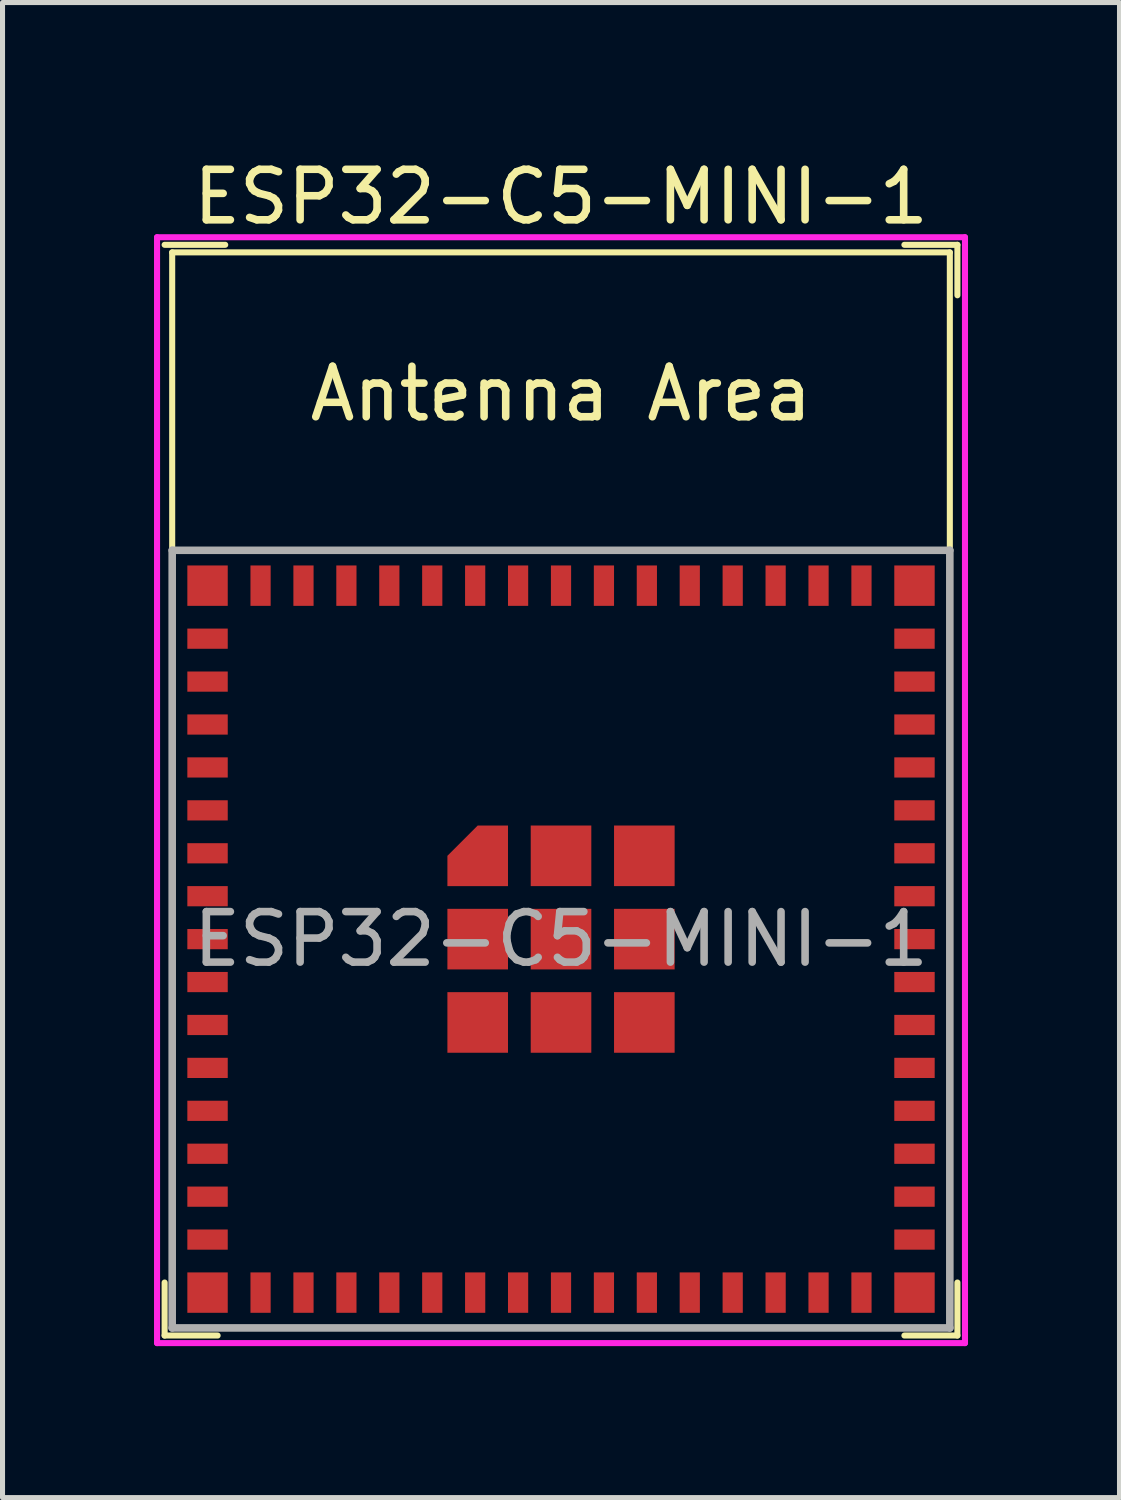
<source format=kicad_pcb>
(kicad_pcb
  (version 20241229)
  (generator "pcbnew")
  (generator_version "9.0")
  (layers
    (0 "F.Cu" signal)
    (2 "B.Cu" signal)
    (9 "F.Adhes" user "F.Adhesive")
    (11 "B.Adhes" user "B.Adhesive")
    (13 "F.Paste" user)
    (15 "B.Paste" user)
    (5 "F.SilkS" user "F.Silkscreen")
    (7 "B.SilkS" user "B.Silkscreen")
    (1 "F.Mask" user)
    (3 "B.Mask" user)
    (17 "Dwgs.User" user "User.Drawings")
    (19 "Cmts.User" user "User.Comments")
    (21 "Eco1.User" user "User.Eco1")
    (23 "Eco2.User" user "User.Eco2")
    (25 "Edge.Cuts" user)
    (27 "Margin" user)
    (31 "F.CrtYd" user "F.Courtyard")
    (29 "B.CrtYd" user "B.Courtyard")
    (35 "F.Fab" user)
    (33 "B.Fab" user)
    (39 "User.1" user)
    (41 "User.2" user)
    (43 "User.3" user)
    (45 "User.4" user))
  (footprint "ESP32-C5-MINI-1"
    (layer "F.Cu")
    (at 8.06 15.548)
    (property "Reference" "ESP32-C5-MINI-1" (at 0 -14.7 0) (layer "F.SilkS") (effects (font (size 1 1) (thickness 0.15))))
    (attr smd)
    (fp_line (start -7.85 7.85) (end -7.85 6.8) (stroke (width 0.12) (type solid)) (layer "F.SilkS"))
    (fp_line (start -7.7 -13.6) (end -7.7 -7.7) (stroke (width 0.12) (type solid)) (layer "F.SilkS"))
    (fp_line (start -7.7 -13.6) (end 7.7 -13.6) (stroke (width 0.12) (type solid)) (layer "F.SilkS"))
    (fp_line (start -7.7 7.7) (end -7.7 -7.7) (stroke (width 0.12) (type solid)) (layer "F.SilkS"))
    (fp_line (start -6.8 7.85) (end -7.85 7.85) (stroke (width 0.12) (type solid)) (layer "F.SilkS"))
    (fp_line (start -6.65 -13.75) (end -7.85 -13.75) (stroke (width 0.12) (type solid)) (layer "F.SilkS"))
    (fp_line (start 6.8 -13.75) (end 7.85 -13.75) (stroke (width 0.12) (type solid)) (layer "F.SilkS"))
    (fp_line (start 6.8 7.85) (end 7.85 7.85) (stroke (width 0.12) (type solid)) (layer "F.SilkS"))
    (fp_line (start 7.7 -13.6) (end 7.7 -7.7) (stroke (width 0.12) (type solid)) (layer "F.SilkS"))
    (fp_line (start 7.7 -7.7) (end 7.7 7.7) (stroke (width 0.12) (type solid)) (layer "F.SilkS"))
    (fp_line (start 7.7 7.7) (end -7.7 7.7) (stroke (width 0.12) (type solid)) (layer "F.SilkS"))
    (fp_line (start 7.85 -13.75) (end 7.85 -12.75) (stroke (width 0.12) (type solid)) (layer "F.SilkS"))
    (fp_line (start 7.85 7.85) (end 7.85 6.8) (stroke (width 0.12) (type solid)) (layer "F.SilkS"))
    (fp_line (start -8 -13.9) (end -8 8) (stroke (width 0.12) (type solid)) (layer "F.CrtYd"))
    (fp_line (start -8 8) (end 8 8) (stroke (width 0.12) (type solid)) (layer "F.CrtYd"))
    (fp_line (start 8 -13.9) (end -8 -13.9) (stroke (width 0.12) (type solid)) (layer "F.CrtYd"))
    (fp_line (start 8 8) (end 8 -13.9) (stroke (width 0.12) (type solid)) (layer "F.CrtYd"))
    (fp_line (start -7.7 -7.7) (end -7.7 7.7) (stroke (width 0.15) (type solid)) (layer "F.Fab"))
    (fp_line (start -7.7 7.7) (end 7.7 7.7) (stroke (width 0.15) (type solid)) (layer "F.Fab"))
    (fp_line (start 7.7 -7.7) (end -7.7 -7.7) (stroke (width 0.15) (type solid)) (layer "F.Fab"))
    (fp_line (start 7.7 7.7) (end 7.7 -7.7) (stroke (width 0.15) (type solid)) (layer "F.Fab"))
    (fp_text user "Antenna Area" (at 0 -10.8 0) (layer "F.SilkS") (effects (font (size 1 1) (thickness 0.15))))
    (fp_text user "${REFERENCE}" (at 0 0 0) (layer "F.Fab") (effects (font (size 1 1) (thickness 0.15))))
    (pad "1" smd rect (at -7 -5.95 90) (size 0.4 0.8) (layers "F.Cu" "F.Mask" "F.Paste"))
    (pad "2" smd rect (at -7 -5.1 90) (size 0.4 0.8) (layers "F.Cu" "F.Mask" "F.Paste"))
    (pad "3" smd rect (at -7 -4.25 90) (size 0.4 0.8) (layers "F.Cu" "F.Mask" "F.Paste"))
    (pad "4" smd rect (at -7 -3.4 90) (size 0.4 0.8) (layers "F.Cu" "F.Mask" "F.Paste"))
    (pad "5" smd rect (at -7 -2.55 90) (size 0.4 0.8) (layers "F.Cu" "F.Mask" "F.Paste"))
    (pad "6" smd rect (at -7 -1.7 90) (size 0.4 0.8) (layers "F.Cu" "F.Mask" "F.Paste"))
    (pad "7" smd rect (at -7 -0.85 90) (size 0.4 0.8) (layers "F.Cu" "F.Mask" "F.Paste"))
    (pad "8" smd rect (at -7 0 90) (size 0.4 0.8) (layers "F.Cu" "F.Mask" "F.Paste"))
    (pad "9" smd rect (at -7 0.85 90) (size 0.4 0.8) (layers "F.Cu" "F.Mask" "F.Paste"))
    (pad "10" smd rect (at -7 1.7 90) (size 0.4 0.8) (layers "F.Cu" "F.Mask" "F.Paste"))
    (pad "11" smd rect (at -7 2.55 90) (size 0.4 0.8) (layers "F.Cu" "F.Mask" "F.Paste"))
    (pad "12" smd rect (at -7 3.4 90) (size 0.4 0.8) (layers "F.Cu" "F.Mask" "F.Paste"))
    (pad "13" smd rect (at -7 4.25 90) (size 0.4 0.8) (layers "F.Cu" "F.Mask" "F.Paste"))
    (pad "14" smd rect (at -7 5.1 90) (size 0.4 0.8) (layers "F.Cu" "F.Mask" "F.Paste"))
    (pad "15" smd rect (at -7 5.95 90) (size 0.4 0.8) (layers "F.Cu" "F.Mask" "F.Paste"))
    (pad "16" smd rect (at -5.95 7) (size 0.4 0.8) (layers "F.Cu" "F.Mask" "F.Paste"))
    (pad "17" smd rect (at -5.1 7) (size 0.4 0.8) (layers "F.Cu" "F.Mask" "F.Paste"))
    (pad "18" smd rect (at -4.25 7) (size 0.4 0.8) (layers "F.Cu" "F.Mask" "F.Paste"))
    (pad "19" smd rect (at -3.4 7) (size 0.4 0.8) (layers "F.Cu" "F.Mask" "F.Paste"))
    (pad "20" smd rect (at -2.55 7) (size 0.4 0.8) (layers "F.Cu" "F.Mask" "F.Paste"))
    (pad "21" smd rect (at -1.7 7) (size 0.4 0.8) (layers "F.Cu" "F.Mask" "F.Paste"))
    (pad "22" smd rect (at -0.85 7) (size 0.4 0.8) (layers "F.Cu" "F.Mask" "F.Paste"))
    (pad "23" smd rect (at 0 7) (size 0.4 0.8) (layers "F.Cu" "F.Mask" "F.Paste"))
    (pad "24" smd rect (at 0.85 7) (size 0.4 0.8) (layers "F.Cu" "F.Mask" "F.Paste"))
    (pad "25" smd rect (at 1.7 7) (size 0.4 0.8) (layers "F.Cu" "F.Mask" "F.Paste"))
    (pad "26" smd rect (at 2.55 7) (size 0.4 0.8) (layers "F.Cu" "F.Mask" "F.Paste"))
    (pad "27" smd rect (at 3.4 7) (size 0.4 0.8) (layers "F.Cu" "F.Mask" "F.Paste"))
    (pad "28" smd rect (at 4.25 7) (size 0.4 0.8) (layers "F.Cu" "F.Mask" "F.Paste"))
    (pad "29" smd rect (at 5.1 7) (size 0.4 0.8) (layers "F.Cu" "F.Mask" "F.Paste"))
    (pad "30" smd rect (at 5.95 7) (size 0.4 0.8) (layers "F.Cu" "F.Mask" "F.Paste"))
    (pad "31" smd rect (at 7 5.95 90) (size 0.4 0.8) (layers "F.Cu" "F.Mask" "F.Paste"))
    (pad "32" smd rect (at 7 5.1 90) (size 0.4 0.8) (layers "F.Cu" "F.Mask" "F.Paste"))
    (pad "33" smd rect (at 7 4.25 90) (size 0.4 0.8) (layers "F.Cu" "F.Mask" "F.Paste"))
    (pad "34" smd rect (at 7 3.4 90) (size 0.4 0.8) (layers "F.Cu" "F.Mask" "F.Paste"))
    (pad "35" smd rect (at 7 2.55 90) (size 0.4 0.8) (layers "F.Cu" "F.Mask" "F.Paste"))
    (pad "36" smd rect (at 7 1.7 90) (size 0.4 0.8) (layers "F.Cu" "F.Mask" "F.Paste"))
    (pad "37" smd rect (at 7 0.85 90) (size 0.4 0.8) (layers "F.Cu" "F.Mask" "F.Paste"))
    (pad "38" smd rect (at 7 0 90) (size 0.4 0.8) (layers "F.Cu" "F.Mask" "F.Paste"))
    (pad "39" smd rect (at 7 -0.85 90) (size 0.4 0.8) (layers "F.Cu" "F.Mask" "F.Paste"))
    (pad "40" smd rect (at 7 -1.7 90) (size 0.4 0.8) (layers "F.Cu" "F.Mask" "F.Paste"))
    (pad "41" smd rect (at 7 -2.55 90) (size 0.4 0.8) (layers "F.Cu" "F.Mask" "F.Paste"))
    (pad "42" smd rect (at 7 -3.4 90) (size 0.4 0.8) (layers "F.Cu" "F.Mask" "F.Paste"))
    (pad "43" smd rect (at 7 -4.25 90) (size 0.4 0.8) (layers "F.Cu" "F.Mask" "F.Paste"))
    (pad "44" smd rect (at 7 -5.1 90) (size 0.4 0.8) (layers "F.Cu" "F.Mask" "F.Paste"))
    (pad "45" smd rect (at 7 -5.95 90) (size 0.4 0.8) (layers "F.Cu" "F.Mask" "F.Paste"))
    (pad "46" smd rect (at 5.95 -7) (size 0.4 0.8) (layers "F.Cu" "F.Mask" "F.Paste"))
    (pad "47" smd rect (at 5.1 -7) (size 0.4 0.8) (layers "F.Cu" "F.Mask" "F.Paste"))
    (pad "48" smd rect (at 4.25 -7) (size 0.4 0.8) (layers "F.Cu" "F.Mask" "F.Paste"))
    (pad "49" smd rect (at 3.4 -7) (size 0.4 0.8) (layers "F.Cu" "F.Mask" "F.Paste"))
    (pad "50" smd rect (at 2.55 -7) (size 0.4 0.8) (layers "F.Cu" "F.Mask" "F.Paste"))
    (pad "51" smd rect (at 1.7 -7) (size 0.4 0.8) (layers "F.Cu" "F.Mask" "F.Paste"))
    (pad "52" smd rect (at 0.85 -7) (size 0.4 0.8) (layers "F.Cu" "F.Mask" "F.Paste"))
    (pad "53" smd rect (at 0 -7) (size 0.4 0.8) (layers "F.Cu" "F.Mask" "F.Paste"))
    (pad "54" smd rect (at -0.85 -7) (size 0.4 0.8) (layers "F.Cu" "F.Mask" "F.Paste"))
    (pad "55" smd rect (at -1.7 -7) (size 0.4 0.8) (layers "F.Cu" "F.Mask" "F.Paste"))
    (pad "56" smd rect (at -2.55 -7) (size 0.4 0.8) (layers "F.Cu" "F.Mask" "F.Paste"))
    (pad "57" smd rect (at -3.4 -7) (size 0.4 0.8) (layers "F.Cu" "F.Mask" "F.Paste"))
    (pad "58" smd rect (at -4.25 -7) (size 0.4 0.8) (layers "F.Cu" "F.Mask" "F.Paste"))
    (pad "59" smd rect (at -5.1 -7) (size 0.4 0.8) (layers "F.Cu" "F.Mask" "F.Paste"))
    (pad "60" smd rect (at -5.95 -7) (size 0.4 0.8) (layers "F.Cu" "F.Mask" "F.Paste"))
    (pad "61" smd custom (at -1.65 -1.65) (size 0.6 0.6) (layers "F.Cu" "F.Mask" "F.Paste") (options (anchor rect)) (primitives (gr_poly (pts (xy 0.6 0.6) (xy -0.6 0.6) (xy -0.6 0) (xy 0 -0.6) (xy 0.6 -0.6)) (width 0) (fill yes))))
    (pad "61" smd rect (at -1.65 0) (size 1.2 1.2) (layers "F.Cu" "F.Mask" "F.Paste"))
    (pad "61" smd rect (at -1.65 1.65) (size 1.2 1.2) (layers "F.Cu" "F.Mask" "F.Paste"))
    (pad "61" smd rect (at 0 -1.65) (size 1.2 1.2) (layers "F.Cu" "F.Mask" "F.Paste"))
    (pad "61" smd rect (at 0 0) (size 1.2 1.2) (layers "F.Cu" "F.Mask" "F.Paste"))
    (pad "61" smd rect (at 0 1.65) (size 1.2 1.2) (layers "F.Cu" "F.Mask" "F.Paste"))
    (pad "61" smd rect (at 1.65 -1.65) (size 1.2 1.2) (layers "F.Cu" "F.Mask" "F.Paste"))
    (pad "61" smd rect (at 1.65 0) (size 1.2 1.2) (layers "F.Cu" "F.Mask" "F.Paste"))
    (pad "61" smd rect (at 1.65 1.65) (size 1.2 1.2) (layers "F.Cu" "F.Mask" "F.Paste"))
    (pad "62" smd rect (at -7 -7 180) (size 0.8 0.8) (layers "F.Cu" "F.Mask" "F.Paste"))
    (pad "63" smd rect (at -7 7 180) (size 0.8 0.8) (layers "F.Cu" "F.Mask" "F.Paste"))
    (pad "64" smd rect (at 7 7 180) (size 0.8 0.8) (layers "F.Cu" "F.Mask" "F.Paste"))
    (pad "65" smd rect (at 7 -7 180) (size 0.8 0.8) (layers "F.Cu" "F.Mask" "F.Paste"))
    (zone (net_name "") (layers "F.Cu" "B.Cu") (name "antenna keepout") (hatch edge 0.508) (connect_pads) (min_thickness 0.254) (filled_areas_thickness no) (keepout (tracks not_allowed) (vias not_allowed) (pads not_allowed) (copperpour not_allowed) (footprints not_allowed)) (placement (enabled no)) (fill) (polygon (pts (xy 15.76 7.848) (xy 0.36 7.848) (xy 0.36 1.948) (xy 15.76 1.948)))))
  (gr_rect
    (start -3 -3)
    (end 19.12 26.608)
    (stroke (width 0.1) (type default))
    (fill no)
    (layer "Edge.Cuts")))
</source>
